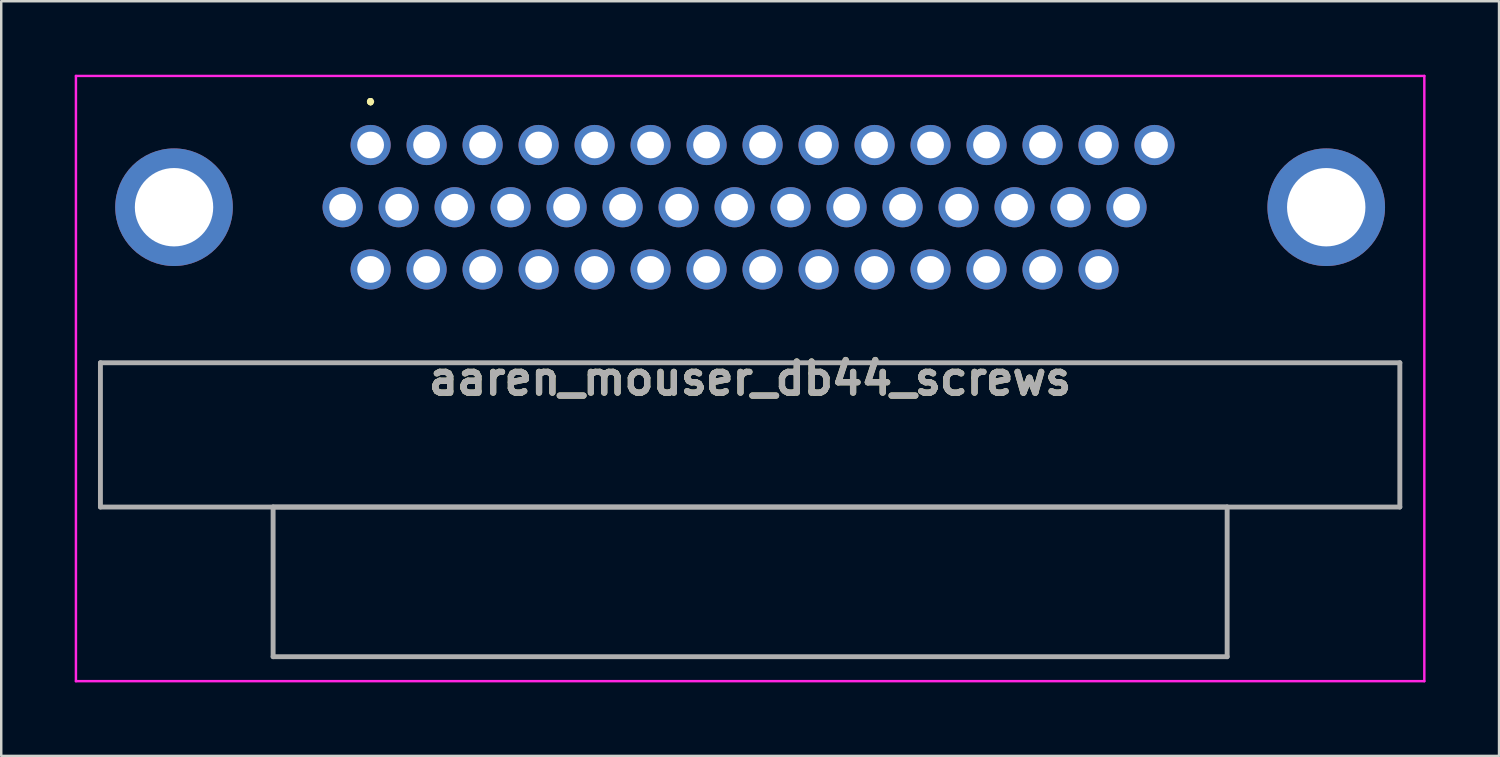
<source format=kicad_pcb>
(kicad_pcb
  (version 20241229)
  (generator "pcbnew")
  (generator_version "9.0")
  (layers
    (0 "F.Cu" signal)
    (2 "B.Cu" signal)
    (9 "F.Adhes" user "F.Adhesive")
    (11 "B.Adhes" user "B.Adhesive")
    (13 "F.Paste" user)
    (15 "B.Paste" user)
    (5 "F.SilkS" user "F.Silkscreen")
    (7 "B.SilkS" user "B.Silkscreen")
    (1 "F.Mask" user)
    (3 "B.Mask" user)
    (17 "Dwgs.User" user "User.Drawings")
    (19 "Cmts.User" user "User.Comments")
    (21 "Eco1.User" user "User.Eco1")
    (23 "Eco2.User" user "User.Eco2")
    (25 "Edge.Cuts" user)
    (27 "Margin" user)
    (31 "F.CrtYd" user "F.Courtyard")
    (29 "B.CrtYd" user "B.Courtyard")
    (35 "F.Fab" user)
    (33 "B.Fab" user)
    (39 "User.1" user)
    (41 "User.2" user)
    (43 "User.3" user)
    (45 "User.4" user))
  (footprint "aaren_mouser_db44_screws"
    (layer "F.Cu")
    (at 12.081 2.87)
    (property "Reference" "aaren_mouser_db44_screws" (at 15.494 9.535 0) (layer "F.SilkS") (effects (font (size 1.27 1.27) (thickness 0.254))))
    (attr through_hole)
    (fp_line (start -11.031 8.89) (end 42.019 8.89) (stroke (width 0.1) (type solid)) (layer "F.SilkS"))
    (fp_line (start -11.031 14.78) (end -11.031 8.89) (stroke (width 0.1) (type solid)) (layer "F.SilkS"))
    (fp_line (start -3.981 14.78) (end 34.969 14.78) (stroke (width 0.1) (type solid)) (layer "F.SilkS"))
    (fp_line (start -3.981 20.89) (end -3.981 14.78) (stroke (width 0.1) (type solid)) (layer "F.SilkS"))
    (fp_line (start -0.006 -1.82) (end -0.006 -1.82) (stroke (width 0.2) (type solid)) (layer "F.SilkS"))
    (fp_line (start -0.006 -1.82) (end -0.006 -1.82) (stroke (width 0.2) (type solid)) (layer "F.SilkS"))
    (fp_line (start 0 -1.72) (end 0 -1.72) (stroke (width 0.2) (type solid)) (layer "F.SilkS"))
    (fp_line (start 34.969 14.78) (end 34.969 20.89) (stroke (width 0.1) (type solid)) (layer "F.SilkS"))
    (fp_line (start 34.969 20.89) (end -3.981 20.89) (stroke (width 0.1) (type solid)) (layer "F.SilkS"))
    (fp_line (start 42.019 8.89) (end 42.019 14.78) (stroke (width 0.1) (type solid)) (layer "F.SilkS"))
    (fp_line (start 42.019 14.78) (end -11.031 14.78) (stroke (width 0.1) (type solid)) (layer "F.SilkS"))
    (fp_arc (start -0.006 -1.82) (mid 0.047 -1.773) (end 0 -1.72) (stroke (width 0.2) (type solid)) (layer "F.SilkS"))
    (fp_arc (start 0 -1.72) (mid -0.053 -1.767) (end -0.006 -1.82) (stroke (width 0.2) (type solid)) (layer "F.SilkS"))
    (fp_arc (start 0 -1.72) (mid -0.053 -1.767) (end -0.006 -1.82) (stroke (width 0.2) (type solid)) (layer "F.SilkS"))
    (fp_line (start -12.031 -2.82) (end 43.019 -2.82) (stroke (width 0.1) (type solid)) (layer "F.CrtYd"))
    (fp_line (start -12.031 21.89) (end -12.031 -2.82) (stroke (width 0.1) (type solid)) (layer "F.CrtYd"))
    (fp_line (start 43.019 -2.82) (end 43.019 21.89) (stroke (width 0.1) (type solid)) (layer "F.CrtYd"))
    (fp_line (start 43.019 21.89) (end -12.031 21.89) (stroke (width 0.1) (type solid)) (layer "F.CrtYd"))
    (fp_line (start -11.031 8.89) (end -11.031 14.78) (stroke (width 0.2) (type solid)) (layer "F.Fab"))
    (fp_line (start -11.031 14.78) (end 42.019 14.78) (stroke (width 0.2) (type solid)) (layer "F.Fab"))
    (fp_line (start -3.981 14.78) (end 34.969 14.78) (stroke (width 0.2) (type solid)) (layer "F.Fab"))
    (fp_line (start -3.981 20.89) (end -3.981 14.78) (stroke (width 0.2) (type solid)) (layer "F.Fab"))
    (fp_line (start 34.969 14.78) (end 34.969 20.89) (stroke (width 0.2) (type solid)) (layer "F.Fab"))
    (fp_line (start 34.969 20.89) (end -3.981 20.89) (stroke (width 0.2) (type solid)) (layer "F.Fab"))
    (fp_line (start 42.019 8.89) (end -11.031 8.89) (stroke (width 0.2) (type solid)) (layer "F.Fab"))
    (fp_line (start 42.019 14.78) (end 42.019 8.89) (stroke (width 0.2) (type solid)) (layer "F.Fab"))
    (fp_text user "${REFERENCE}" (at 15.494 9.535 0) (layer "F.Fab") (effects (font (size 1.27 1.27) (thickness 0.254))))
    (pad "1" thru_hole circle (at 0 0) (size 1.638 1.638) (drill 1.092) (layers "*.Cu" "*.Mask"))
    (pad "2" thru_hole circle (at 2.286 0) (size 1.638 1.638) (drill 1.092) (layers "*.Cu" "*.Mask"))
    (pad "3" thru_hole circle (at 4.572 0) (size 1.638 1.638) (drill 1.092) (layers "*.Cu" "*.Mask"))
    (pad "4" thru_hole circle (at 6.858 0) (size 1.638 1.638) (drill 1.092) (layers "*.Cu" "*.Mask"))
    (pad "5" thru_hole circle (at 9.144 0) (size 1.638 1.638) (drill 1.092) (layers "*.Cu" "*.Mask"))
    (pad "6" thru_hole circle (at 11.43 0) (size 1.638 1.638) (drill 1.092) (layers "*.Cu" "*.Mask"))
    (pad "7" thru_hole circle (at 13.716 0) (size 1.638 1.638) (drill 1.092) (layers "*.Cu" "*.Mask"))
    (pad "8" thru_hole circle (at 16.002 0) (size 1.638 1.638) (drill 1.092) (layers "*.Cu" "*.Mask"))
    (pad "9" thru_hole circle (at 18.288 0) (size 1.638 1.638) (drill 1.092) (layers "*.Cu" "*.Mask"))
    (pad "10" thru_hole circle (at 20.574 0) (size 1.638 1.638) (drill 1.092) (layers "*.Cu" "*.Mask"))
    (pad "11" thru_hole circle (at 22.86 0) (size 1.638 1.638) (drill 1.092) (layers "*.Cu" "*.Mask"))
    (pad "12" thru_hole circle (at 25.146 0) (size 1.638 1.638) (drill 1.092) (layers "*.Cu" "*.Mask"))
    (pad "13" thru_hole circle (at 27.432 0) (size 1.638 1.638) (drill 1.092) (layers "*.Cu" "*.Mask"))
    (pad "14" thru_hole circle (at 29.718 0) (size 1.638 1.638) (drill 1.092) (layers "*.Cu" "*.Mask"))
    (pad "15" thru_hole circle (at 32.004 0) (size 1.638 1.638) (drill 1.092) (layers "*.Cu" "*.Mask"))
    (pad "16" thru_hole circle (at -1.143 2.54) (size 1.638 1.638) (drill 1.092) (layers "*.Cu" "*.Mask"))
    (pad "17" thru_hole circle (at 1.143 2.54) (size 1.638 1.638) (drill 1.092) (layers "*.Cu" "*.Mask"))
    (pad "18" thru_hole circle (at 3.429 2.54) (size 1.638 1.638) (drill 1.092) (layers "*.Cu" "*.Mask"))
    (pad "19" thru_hole circle (at 5.715 2.54) (size 1.638 1.638) (drill 1.092) (layers "*.Cu" "*.Mask"))
    (pad "20" thru_hole circle (at 8.001 2.54) (size 1.638 1.638) (drill 1.092) (layers "*.Cu" "*.Mask"))
    (pad "21" thru_hole circle (at 10.287 2.54) (size 1.638 1.638) (drill 1.092) (layers "*.Cu" "*.Mask"))
    (pad "22" thru_hole circle (at 12.573 2.54) (size 1.638 1.638) (drill 1.092) (layers "*.Cu" "*.Mask"))
    (pad "23" thru_hole circle (at 14.859 2.54) (size 1.638 1.638) (drill 1.092) (layers "*.Cu" "*.Mask"))
    (pad "24" thru_hole circle (at 17.145 2.54) (size 1.638 1.638) (drill 1.092) (layers "*.Cu" "*.Mask"))
    (pad "25" thru_hole circle (at 19.431 2.54) (size 1.638 1.638) (drill 1.092) (layers "*.Cu" "*.Mask"))
    (pad "26" thru_hole circle (at 21.717 2.54) (size 1.638 1.638) (drill 1.092) (layers "*.Cu" "*.Mask"))
    (pad "27" thru_hole circle (at 24.003 2.54) (size 1.638 1.638) (drill 1.092) (layers "*.Cu" "*.Mask"))
    (pad "28" thru_hole circle (at 26.289 2.54) (size 1.638 1.638) (drill 1.092) (layers "*.Cu" "*.Mask"))
    (pad "29" thru_hole circle (at 28.575 2.54) (size 1.638 1.638) (drill 1.092) (layers "*.Cu" "*.Mask"))
    (pad "30" thru_hole circle (at 30.861 2.54) (size 1.638 1.638) (drill 1.092) (layers "*.Cu" "*.Mask"))
    (pad "31" thru_hole circle (at 0 5.08) (size 1.638 1.638) (drill 1.092) (layers "*.Cu" "*.Mask"))
    (pad "32" thru_hole circle (at 2.286 5.08) (size 1.638 1.638) (drill 1.092) (layers "*.Cu" "*.Mask"))
    (pad "33" thru_hole circle (at 4.572 5.08) (size 1.638 1.638) (drill 1.092) (layers "*.Cu" "*.Mask"))
    (pad "34" thru_hole circle (at 6.858 5.08) (size 1.638 1.638) (drill 1.092) (layers "*.Cu" "*.Mask"))
    (pad "35" thru_hole circle (at 9.144 5.08) (size 1.638 1.638) (drill 1.092) (layers "*.Cu" "*.Mask"))
    (pad "36" thru_hole circle (at 11.43 5.08) (size 1.638 1.638) (drill 1.092) (layers "*.Cu" "*.Mask"))
    (pad "37" thru_hole circle (at 13.716 5.08) (size 1.638 1.638) (drill 1.092) (layers "*.Cu" "*.Mask"))
    (pad "38" thru_hole circle (at 16.002 5.08) (size 1.638 1.638) (drill 1.092) (layers "*.Cu" "*.Mask"))
    (pad "39" thru_hole circle (at 18.288 5.08) (size 1.638 1.638) (drill 1.092) (layers "*.Cu" "*.Mask"))
    (pad "40" thru_hole circle (at 20.574 5.08) (size 1.638 1.638) (drill 1.092) (layers "*.Cu" "*.Mask"))
    (pad "41" thru_hole circle (at 22.86 5.08) (size 1.638 1.638) (drill 1.092) (layers "*.Cu" "*.Mask"))
    (pad "42" thru_hole circle (at 25.146 5.08) (size 1.638 1.638) (drill 1.092) (layers "*.Cu" "*.Mask"))
    (pad "43" thru_hole circle (at 27.432 5.08) (size 1.638 1.638) (drill 1.092) (layers "*.Cu" "*.Mask"))
    (pad "44" thru_hole circle (at 29.718 5.08) (size 1.638 1.638) (drill 1.092) (layers "*.Cu" "*.Mask"))
    (pad "MH1" thru_hole circle (at -8.026 2.54) (size 4.801 4.801) (drill 3.2) (layers "*.Cu" "*.Mask"))
    (pad "MH2" thru_hole circle (at 39.014 2.54) (size 4.801 4.801) (drill 3.2) (layers "*.Cu" "*.Mask")))
  (gr_rect
    (start -3 -3)
    (end 58.15 27.81)
    (stroke (width 0.1) (type default))
    (fill no)
    (layer "Edge.Cuts")))
</source>
